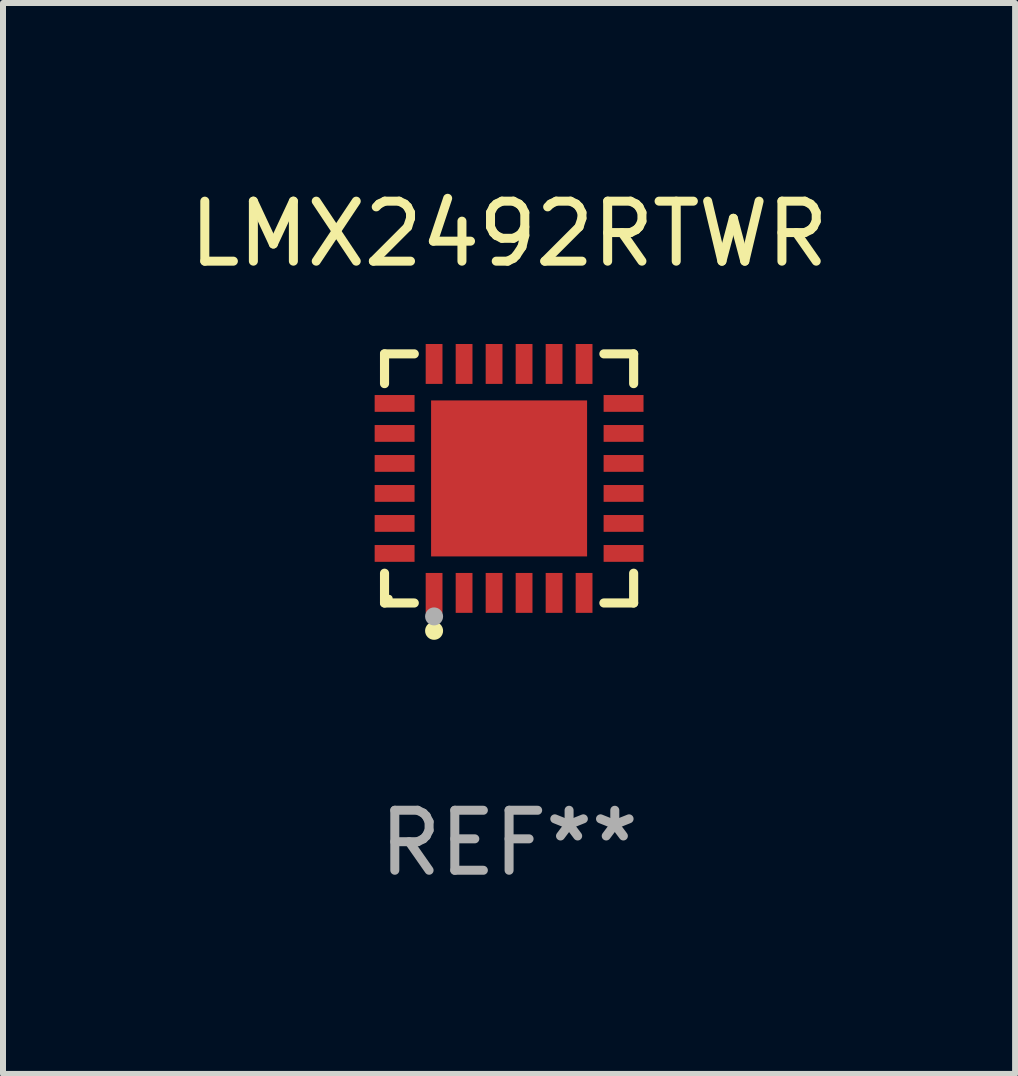
<source format=kicad_pcb>
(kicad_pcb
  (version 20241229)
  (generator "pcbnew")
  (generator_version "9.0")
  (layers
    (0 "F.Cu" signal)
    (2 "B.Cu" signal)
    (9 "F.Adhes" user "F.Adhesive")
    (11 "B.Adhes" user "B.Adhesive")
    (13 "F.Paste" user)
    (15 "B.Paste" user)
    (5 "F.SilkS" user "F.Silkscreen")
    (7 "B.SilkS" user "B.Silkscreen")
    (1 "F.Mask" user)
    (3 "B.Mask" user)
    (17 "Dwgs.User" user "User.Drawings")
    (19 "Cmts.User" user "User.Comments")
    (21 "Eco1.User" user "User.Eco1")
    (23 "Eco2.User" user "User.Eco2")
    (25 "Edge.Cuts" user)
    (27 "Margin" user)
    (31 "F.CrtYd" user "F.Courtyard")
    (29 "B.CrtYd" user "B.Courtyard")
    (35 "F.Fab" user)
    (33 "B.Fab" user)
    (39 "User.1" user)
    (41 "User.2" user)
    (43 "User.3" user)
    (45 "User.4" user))
  (footprint "LMX2492RTWR"
    (layer "F.Cu")
    (at 5.435 4.924)
    (property "Reference" "LMX2492RTWR" (at 0 -4.076 0) (layer "F.SilkS") (effects (font (size 1 1) (thickness 0.15))))
    (attr through_hole)
    (fp_line (start -2.076 -2.076) (end -1.58 -2.076) (stroke (width 0.152) (type solid)) (layer "F.SilkS"))
    (fp_line (start -2.076 -1.58) (end -2.076 -2.076) (stroke (width 0.152) (type solid)) (layer "F.SilkS"))
    (fp_line (start -2.076 1.58) (end -2.076 2.076) (stroke (width 0.152) (type solid)) (layer "F.SilkS"))
    (fp_line (start -2.076 2.076) (end -1.58 2.076) (stroke (width 0.152) (type solid)) (layer "F.SilkS"))
    (fp_line (start 2.076 -2.076) (end 1.58 -2.076) (stroke (width 0.152) (type solid)) (layer "F.SilkS"))
    (fp_line (start 2.076 -1.58) (end 2.076 -2.076) (stroke (width 0.152) (type solid)) (layer "F.SilkS"))
    (fp_line (start 2.076 1.58) (end 2.076 2.076) (stroke (width 0.152) (type solid)) (layer "F.SilkS"))
    (fp_line (start 2.076 2.076) (end 1.58 2.076) (stroke (width 0.152) (type solid)) (layer "F.SilkS"))
    (fp_circle (center -2 2) (end -1.97 2) (stroke (width 0.06) (type solid)) (fill no) (layer "F.SilkS"))
    (fp_circle (center -1.25 2.54) (end -1.175 2.54) (stroke (width 0.15) (type solid)) (fill no) (layer "F.SilkS"))
    (fp_circle (center -1.25 2.3) (end -1.175 2.3) (stroke (width 0.15) (type solid)) (fill no) (layer "F.Fab"))
    (fp_text user "REF**" (at 0 6.076 0) (layer "F.Fab") (effects (font (size 1 1) (thickness 0.15))))
    (pad "1" smd rect (at -1.25 1.908) (size 0.28 0.665) (layers "F.Cu" "F.Mask" "F.Paste"))
    (pad "2" smd rect (at -0.75 1.908) (size 0.28 0.665) (layers "F.Cu" "F.Mask" "F.Paste"))
    (pad "3" smd rect (at -0.25 1.908) (size 0.28 0.665) (layers "F.Cu" "F.Mask" "F.Paste"))
    (pad "4" smd rect (at 0.25 1.908) (size 0.28 0.665) (layers "F.Cu" "F.Mask" "F.Paste"))
    (pad "5" smd rect (at 0.75 1.908) (size 0.28 0.665) (layers "F.Cu" "F.Mask" "F.Paste"))
    (pad "6" smd rect (at 1.25 1.908) (size 0.28 0.665) (layers "F.Cu" "F.Mask" "F.Paste"))
    (pad "7" smd rect (at 1.908 1.25) (size 0.665 0.28) (layers "F.Cu" "F.Mask" "F.Paste"))
    (pad "8" smd rect (at 1.908 0.75) (size 0.665 0.28) (layers "F.Cu" "F.Mask" "F.Paste"))
    (pad "9" smd rect (at 1.908 0.25) (size 0.665 0.28) (layers "F.Cu" "F.Mask" "F.Paste"))
    (pad "10" smd rect (at 1.908 -0.25) (size 0.665 0.28) (layers "F.Cu" "F.Mask" "F.Paste"))
    (pad "11" smd rect (at 1.908 -0.75) (size 0.665 0.28) (layers "F.Cu" "F.Mask" "F.Paste"))
    (pad "12" smd rect (at 1.908 -1.25) (size 0.665 0.28) (layers "F.Cu" "F.Mask" "F.Paste"))
    (pad "13" smd rect (at 1.25 -1.908) (size 0.28 0.665) (layers "F.Cu" "F.Mask" "F.Paste"))
    (pad "14" smd rect (at 0.75 -1.908) (size 0.28 0.665) (layers "F.Cu" "F.Mask" "F.Paste"))
    (pad "15" smd rect (at 0.25 -1.908) (size 0.28 0.665) (layers "F.Cu" "F.Mask" "F.Paste"))
    (pad "16" smd rect (at -0.25 -1.908) (size 0.28 0.665) (layers "F.Cu" "F.Mask" "F.Paste"))
    (pad "17" smd rect (at -0.75 -1.908) (size 0.28 0.665) (layers "F.Cu" "F.Mask" "F.Paste"))
    (pad "18" smd rect (at -1.25 -1.908) (size 0.28 0.665) (layers "F.Cu" "F.Mask" "F.Paste"))
    (pad "19" smd rect (at -1.908 -1.25) (size 0.665 0.28) (layers "F.Cu" "F.Mask" "F.Paste"))
    (pad "20" smd rect (at -1.908 -0.75) (size 0.665 0.28) (layers "F.Cu" "F.Mask" "F.Paste"))
    (pad "21" smd rect (at -1.908 -0.25) (size 0.665 0.28) (layers "F.Cu" "F.Mask" "F.Paste"))
    (pad "22" smd rect (at -1.908 0.25) (size 0.665 0.28) (layers "F.Cu" "F.Mask" "F.Paste"))
    (pad "23" smd rect (at -1.908 0.75) (size 0.665 0.28) (layers "F.Cu" "F.Mask" "F.Paste"))
    (pad "24" smd rect (at -1.908 1.25) (size 0.665 0.28) (layers "F.Cu" "F.Mask" "F.Paste"))
    (pad "25" smd rect (at 0 0) (size 2.6 2.6) (layers "F.Cu" "F.Mask" "F.Paste")))
  (gr_rect
    (start -3 -3)
    (end 13.869 14.849)
    (stroke (width 0.1) (type default))
    (fill no)
    (layer "Edge.Cuts")))
</source>
